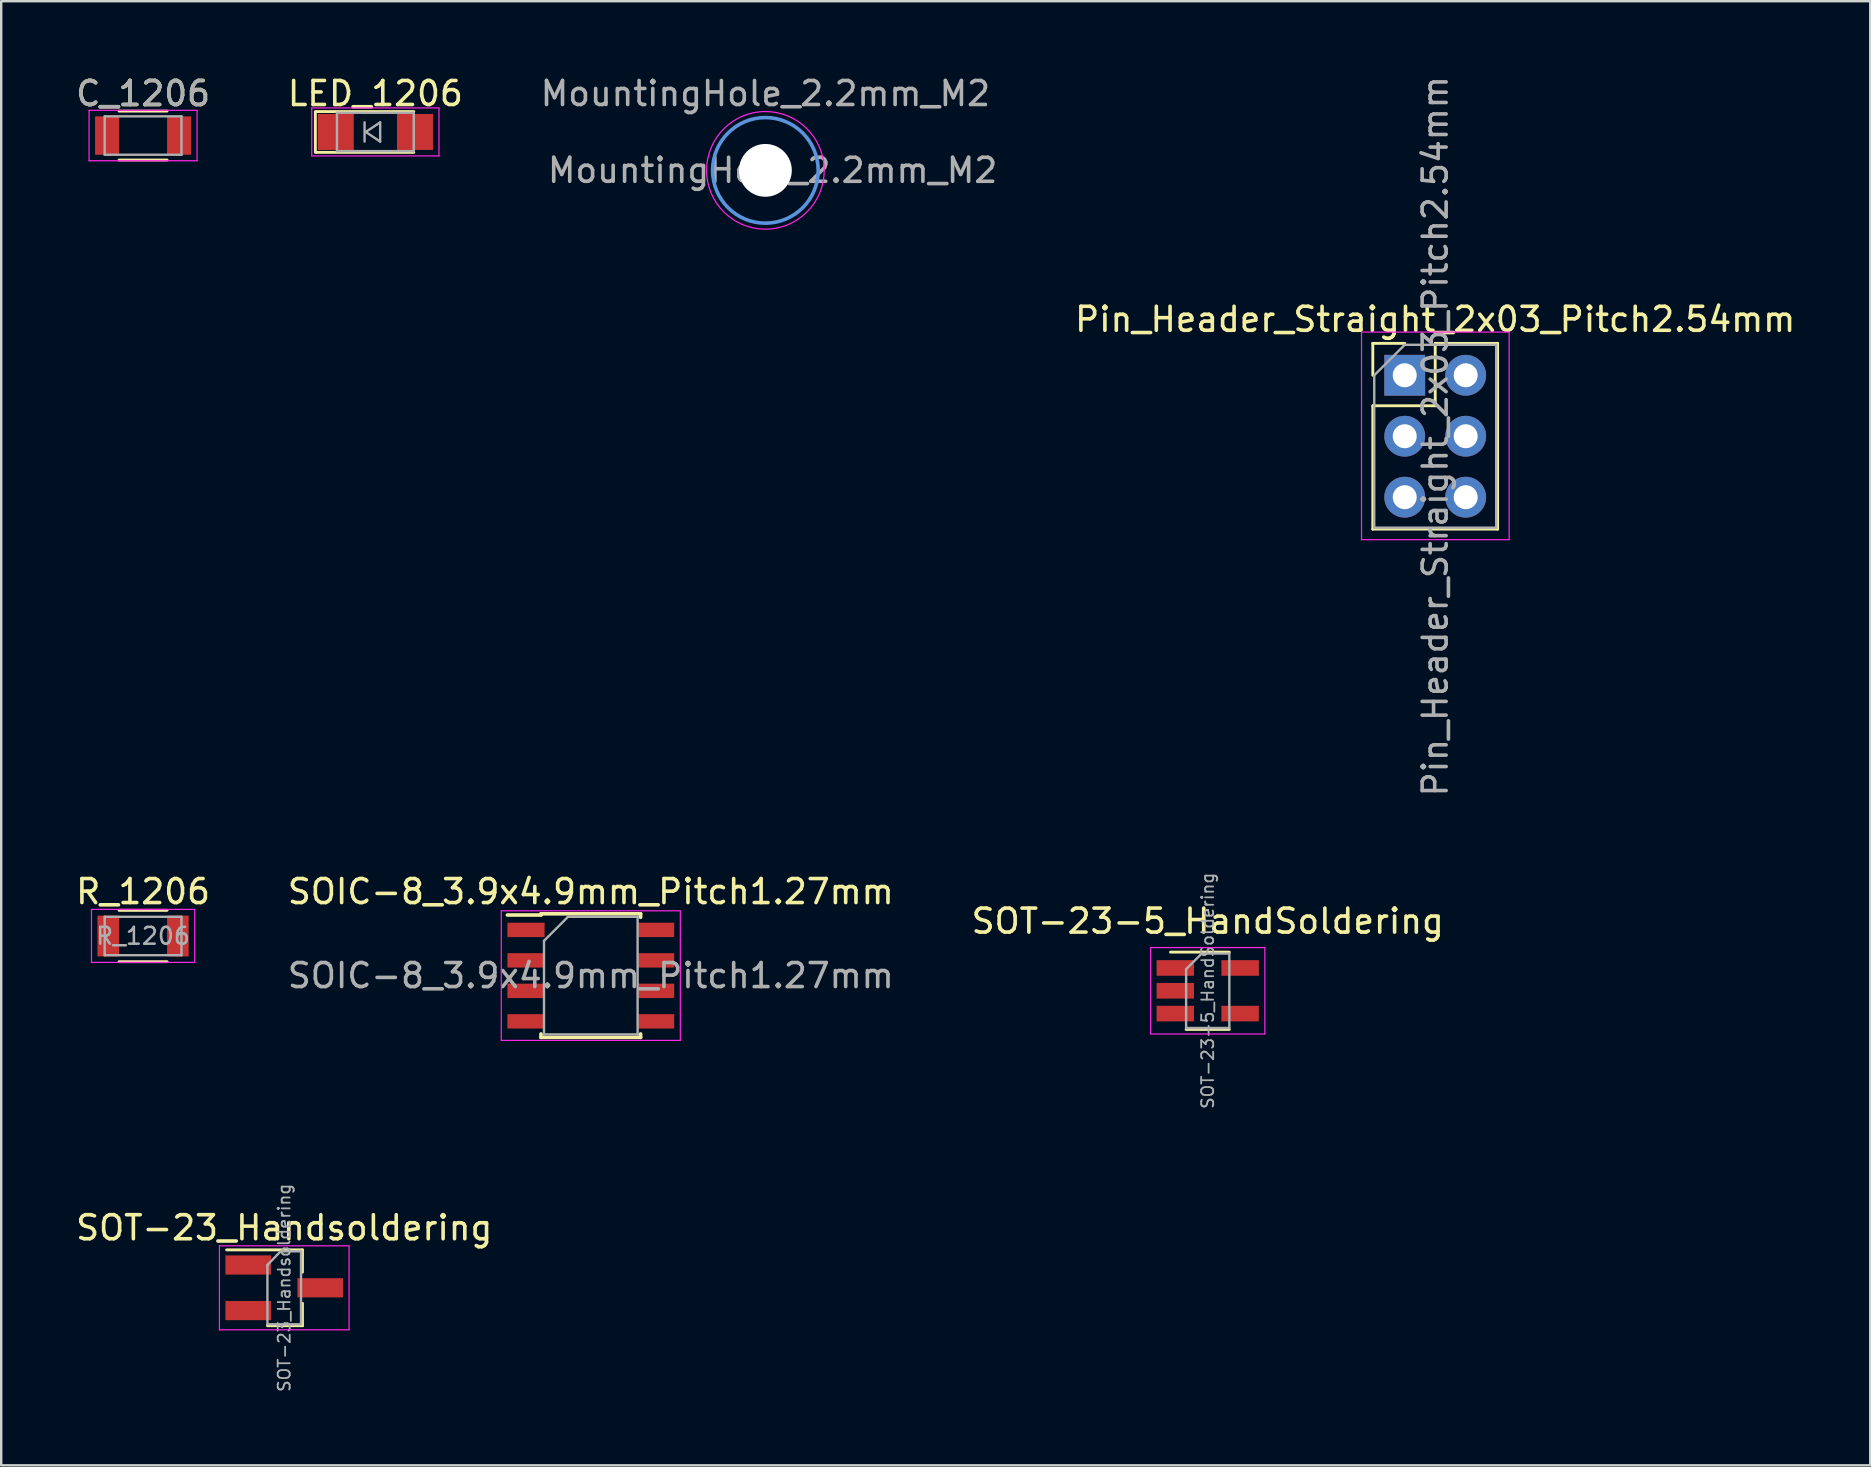
<source format=kicad_pcb>
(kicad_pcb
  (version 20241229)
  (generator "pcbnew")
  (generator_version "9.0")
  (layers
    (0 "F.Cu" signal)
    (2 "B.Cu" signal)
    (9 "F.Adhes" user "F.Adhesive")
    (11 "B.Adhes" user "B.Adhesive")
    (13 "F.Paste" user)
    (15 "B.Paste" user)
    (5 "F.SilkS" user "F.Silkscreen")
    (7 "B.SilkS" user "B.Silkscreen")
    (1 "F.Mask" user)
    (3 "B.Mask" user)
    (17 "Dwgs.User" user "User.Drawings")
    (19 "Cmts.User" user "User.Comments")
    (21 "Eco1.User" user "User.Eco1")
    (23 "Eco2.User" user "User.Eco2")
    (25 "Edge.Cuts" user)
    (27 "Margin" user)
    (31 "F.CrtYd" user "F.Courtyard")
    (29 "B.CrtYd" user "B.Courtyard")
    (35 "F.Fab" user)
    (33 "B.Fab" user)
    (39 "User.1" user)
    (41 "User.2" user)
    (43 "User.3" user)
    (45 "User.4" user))
  (footprint "SOIC-8_3.9x4.9mm_Pitch1.27mm"
    (layer "F.Cu")
    (at 21.565 37.598)
    (property "Reference" "SOIC-8_3.9x4.9mm_Pitch1.27mm" (at 0 -3.5 0) (layer "F.SilkS") (effects (font (size 1 1) (thickness 0.15))))
    (attr smd)
    (fp_line (start -2.075 -2.575) (end -2.075 -2.525) (stroke (width 0.15) (type solid)) (layer "F.SilkS"))
    (fp_line (start -2.075 -2.575) (end 2.075 -2.575) (stroke (width 0.15) (type solid)) (layer "F.SilkS"))
    (fp_line (start -2.075 -2.525) (end -3.475 -2.525) (stroke (width 0.15) (type solid)) (layer "F.SilkS"))
    (fp_line (start -2.075 2.575) (end -2.075 2.43) (stroke (width 0.15) (type solid)) (layer "F.SilkS"))
    (fp_line (start -2.075 2.575) (end 2.075 2.575) (stroke (width 0.15) (type solid)) (layer "F.SilkS"))
    (fp_line (start 2.075 -2.575) (end 2.075 -2.43) (stroke (width 0.15) (type solid)) (layer "F.SilkS"))
    (fp_line (start 2.075 2.575) (end 2.075 2.43) (stroke (width 0.15) (type solid)) (layer "F.SilkS"))
    (fp_line (start -3.73 -2.7) (end -3.73 2.7) (stroke (width 0.05) (type solid)) (layer "F.CrtYd"))
    (fp_line (start -3.73 -2.7) (end 3.73 -2.7) (stroke (width 0.05) (type solid)) (layer "F.CrtYd"))
    (fp_line (start -3.73 2.7) (end 3.73 2.7) (stroke (width 0.05) (type solid)) (layer "F.CrtYd"))
    (fp_line (start 3.73 -2.7) (end 3.73 2.7) (stroke (width 0.05) (type solid)) (layer "F.CrtYd"))
    (fp_line (start -1.95 -1.45) (end -0.95 -2.45) (stroke (width 0.1) (type solid)) (layer "F.Fab"))
    (fp_line (start -1.95 2.45) (end -1.95 -1.45) (stroke (width 0.1) (type solid)) (layer "F.Fab"))
    (fp_line (start -0.95 -2.45) (end 1.95 -2.45) (stroke (width 0.1) (type solid)) (layer "F.Fab"))
    (fp_line (start 1.95 -2.45) (end 1.95 2.45) (stroke (width 0.1) (type solid)) (layer "F.Fab"))
    (fp_line (start 1.95 2.45) (end -1.95 2.45) (stroke (width 0.1) (type solid)) (layer "F.Fab"))
    (fp_text user "${REFERENCE}" (at 0 0 0) (layer "F.Fab") (effects (font (size 1 1) (thickness 0.15))))
    (pad "1" smd rect (at -2.7 -1.905) (size 1.55 0.6) (layers "F.Cu" "F.Mask" "F.Paste"))
    (pad "2" smd rect (at -2.7 -0.635) (size 1.55 0.6) (layers "F.Cu" "F.Mask" "F.Paste"))
    (pad "3" smd rect (at -2.7 0.635) (size 1.55 0.6) (layers "F.Cu" "F.Mask" "F.Paste"))
    (pad "4" smd rect (at -2.7 1.905) (size 1.55 0.6) (layers "F.Cu" "F.Mask" "F.Paste"))
    (pad "5" smd rect (at 2.7 1.905) (size 1.55 0.6) (layers "F.Cu" "F.Mask" "F.Paste"))
    (pad "6" smd rect (at 2.7 0.635) (size 1.55 0.6) (layers "F.Cu" "F.Mask" "F.Paste"))
    (pad "7" smd rect (at 2.7 -0.635) (size 1.55 0.6) (layers "F.Cu" "F.Mask" "F.Paste"))
    (pad "8" smd rect (at 2.7 -1.905) (size 1.55 0.6) (layers "F.Cu" "F.Mask" "F.Paste")))
  (footprint "LED_1206"
    (layer "F.Cu")
    (at 12.589 2.448)
    (property "Reference" "LED_1206" (at 0 -1.6 0) (layer "F.SilkS") (effects (font (size 1 1) (thickness 0.15))))
    (attr smd)
    (fp_line (start -2.5 -0.85) (end -2.5 0.85) (stroke (width 0.12) (type solid)) (layer "F.SilkS"))
    (fp_line (start -2.45 -0.85) (end 1.6 -0.85) (stroke (width 0.12) (type solid)) (layer "F.SilkS"))
    (fp_line (start -2.45 0.85) (end 1.6 0.85) (stroke (width 0.12) (type solid)) (layer "F.SilkS"))
    (fp_line (start -2.65 -1) (end 2.65 -1) (stroke (width 0.05) (type solid)) (layer "F.CrtYd"))
    (fp_line (start -2.65 1) (end -2.65 -1) (stroke (width 0.05) (type solid)) (layer "F.CrtYd"))
    (fp_line (start 2.65 -1) (end 2.65 1) (stroke (width 0.05) (type solid)) (layer "F.CrtYd"))
    (fp_line (start 2.65 1) (end -2.65 1) (stroke (width 0.05) (type solid)) (layer "F.CrtYd"))
    (fp_line (start -1.6 -0.8) (end 1.6 -0.8) (stroke (width 0.1) (type solid)) (layer "F.Fab"))
    (fp_line (start -1.6 0.8) (end -1.6 -0.8) (stroke (width 0.1) (type solid)) (layer "F.Fab"))
    (fp_line (start -0.45 -0.4) (end -0.45 0.4) (stroke (width 0.1) (type solid)) (layer "F.Fab"))
    (fp_line (start -0.4 0) (end 0.2 -0.4) (stroke (width 0.1) (type solid)) (layer "F.Fab"))
    (fp_line (start 0.2 -0.4) (end 0.2 0.4) (stroke (width 0.1) (type solid)) (layer "F.Fab"))
    (fp_line (start 0.2 0.4) (end -0.4 0) (stroke (width 0.1) (type solid)) (layer "F.Fab"))
    (fp_line (start 1.6 -0.8) (end 1.6 0.8) (stroke (width 0.1) (type solid)) (layer "F.Fab"))
    (fp_line (start 1.6 0.8) (end -1.6 0.8) (stroke (width 0.1) (type solid)) (layer "F.Fab"))
    (pad "1" smd rect (at -1.65 0 180) (size 1.5 1.5) (layers "F.Cu" "F.Mask" "F.Paste"))
    (pad "2" smd rect (at 1.65 0 180) (size 1.5 1.5) (layers "F.Cu" "F.Mask" "F.Paste")))
  (footprint "C_1206"
    (layer "F.Cu")
    (at 2.911 2.598)
    (property "Reference" "C_1206" (at 0 -1.75 0) (layer "F.SilkS") (effects (font (size 1 1) (thickness 0.15))))
    (attr smd)
    (fp_line (start -1 1.02) (end 1 1.02) (stroke (width 0.12) (type solid)) (layer "F.SilkS"))
    (fp_line (start 1 -1.02) (end -1 -1.02) (stroke (width 0.12) (type solid)) (layer "F.SilkS"))
    (fp_line (start -2.25 -1.05) (end -2.25 1.05) (stroke (width 0.05) (type solid)) (layer "F.CrtYd"))
    (fp_line (start -2.25 -1.05) (end 2.25 -1.05) (stroke (width 0.05) (type solid)) (layer "F.CrtYd"))
    (fp_line (start 2.25 1.05) (end -2.25 1.05) (stroke (width 0.05) (type solid)) (layer "F.CrtYd"))
    (fp_line (start 2.25 1.05) (end 2.25 -1.05) (stroke (width 0.05) (type solid)) (layer "F.CrtYd"))
    (fp_line (start -1.6 -0.8) (end 1.6 -0.8) (stroke (width 0.1) (type solid)) (layer "F.Fab"))
    (fp_line (start -1.6 0.8) (end -1.6 -0.8) (stroke (width 0.1) (type solid)) (layer "F.Fab"))
    (fp_line (start 1.6 -0.8) (end 1.6 0.8) (stroke (width 0.1) (type solid)) (layer "F.Fab"))
    (fp_line (start 1.6 0.8) (end -1.6 0.8) (stroke (width 0.1) (type solid)) (layer "F.Fab"))
    (fp_text user "${REFERENCE}" (at 0 -1.75 0) (layer "F.Fab") (effects (font (size 1 1) (thickness 0.15))))
    (pad "1" smd rect (at -1.5 0) (size 1 1.6) (layers "F.Cu" "F.Mask" "F.Paste"))
    (pad "2" smd rect (at 1.5 0) (size 1 1.6) (layers "F.Cu" "F.Mask" "F.Paste")))
  (footprint "R_1206"
    (layer "F.Cu")
    (at 2.911 35.948)
    (property "Reference" "R_1206" (at 0 -1.85 0) (layer "F.SilkS") (effects (font (size 1 1) (thickness 0.15))))
    (attr smd)
    (fp_line (start -1 -1.07) (end 1 -1.07) (stroke (width 0.12) (type solid)) (layer "F.SilkS"))
    (fp_line (start 1 1.07) (end -1 1.07) (stroke (width 0.12) (type solid)) (layer "F.SilkS"))
    (fp_line (start -2.15 -1.11) (end -2.15 1.1) (stroke (width 0.05) (type solid)) (layer "F.CrtYd"))
    (fp_line (start -2.15 -1.11) (end 2.15 -1.11) (stroke (width 0.05) (type solid)) (layer "F.CrtYd"))
    (fp_line (start 2.15 1.1) (end -2.15 1.1) (stroke (width 0.05) (type solid)) (layer "F.CrtYd"))
    (fp_line (start 2.15 1.1) (end 2.15 -1.11) (stroke (width 0.05) (type solid)) (layer "F.CrtYd"))
    (fp_line (start -1.6 -0.8) (end 1.6 -0.8) (stroke (width 0.1) (type solid)) (layer "F.Fab"))
    (fp_line (start -1.6 0.8) (end -1.6 -0.8) (stroke (width 0.1) (type solid)) (layer "F.Fab"))
    (fp_line (start 1.6 -0.8) (end 1.6 0.8) (stroke (width 0.1) (type solid)) (layer "F.Fab"))
    (fp_line (start 1.6 0.8) (end -1.6 0.8) (stroke (width 0.1) (type solid)) (layer "F.Fab"))
    (fp_text user "${REFERENCE}" (at 0 0 0) (layer "F.Fab") (effects (font (size 0.7 0.7) (thickness 0.105))))
    (pad "1" smd rect (at -1.45 0) (size 0.9 1.7) (layers "F.Cu" "F.Mask" "F.Paste"))
    (pad "2" smd rect (at 1.45 0) (size 0.9 1.7) (layers "F.Cu" "F.Mask" "F.Paste")))
  (footprint "SOT-23_Handsoldering"
    (layer "F.Cu")
    (at 8.792 50.604)
    (property "Reference" "SOT-23_Handsoldering" (at 0 -2.5 0) (layer "F.SilkS") (effects (font (size 1 1) (thickness 0.15))))
    (attr smd)
    (fp_line (start 0.76 -1.58) (end -2.4 -1.58) (stroke (width 0.12) (type solid)) (layer "F.SilkS"))
    (fp_line (start 0.76 -1.58) (end 0.76 -0.65) (stroke (width 0.12) (type solid)) (layer "F.SilkS"))
    (fp_line (start 0.76 1.58) (end -0.7 1.58) (stroke (width 0.12) (type solid)) (layer "F.SilkS"))
    (fp_line (start 0.76 1.58) (end 0.76 0.65) (stroke (width 0.12) (type solid)) (layer "F.SilkS"))
    (fp_line (start -2.7 -1.75) (end 2.7 -1.75) (stroke (width 0.05) (type solid)) (layer "F.CrtYd"))
    (fp_line (start -2.7 1.75) (end -2.7 -1.75) (stroke (width 0.05) (type solid)) (layer "F.CrtYd"))
    (fp_line (start 2.7 -1.75) (end 2.7 1.75) (stroke (width 0.05) (type solid)) (layer "F.CrtYd"))
    (fp_line (start 2.7 1.75) (end -2.7 1.75) (stroke (width 0.05) (type solid)) (layer "F.CrtYd"))
    (fp_line (start -0.7 -0.95) (end -0.7 1.5) (stroke (width 0.1) (type solid)) (layer "F.Fab"))
    (fp_line (start -0.7 -0.95) (end -0.15 -1.52) (stroke (width 0.1) (type solid)) (layer "F.Fab"))
    (fp_line (start -0.7 1.52) (end 0.7 1.52) (stroke (width 0.1) (type solid)) (layer "F.Fab"))
    (fp_line (start -0.15 -1.52) (end 0.7 -1.52) (stroke (width 0.1) (type solid)) (layer "F.Fab"))
    (fp_line (start 0.7 -1.52) (end 0.7 1.52) (stroke (width 0.1) (type solid)) (layer "F.Fab"))
    (fp_text user "${REFERENCE}" (at 0 0 90) (layer "F.Fab") (effects (font (size 0.5 0.5) (thickness 0.075))))
    (pad "1" smd rect (at -1.5 -0.95) (size 1.9 0.8) (layers "F.Cu" "F.Mask" "F.Paste"))
    (pad "2" smd rect (at -1.5 0.95) (size 1.9 0.8) (layers "F.Cu" "F.Mask" "F.Paste"))
    (pad "3" smd rect (at 1.5 0) (size 1.9 0.8) (layers "F.Cu" "F.Mask" "F.Paste")))
  (footprint "SOT-23-5_HandSoldering"
    (layer "F.Cu")
    (at 47.268 38.229)
    (property "Reference" "SOT-23-5_HandSoldering" (at 0 -2.9 0) (layer "F.SilkS") (effects (font (size 1 1) (thickness 0.15))))
    (attr smd)
    (fp_line (start -0.9 1.61) (end 0.9 1.61) (stroke (width 0.12) (type solid)) (layer "F.SilkS"))
    (fp_line (start 0.9 -1.61) (end -1.55 -1.61) (stroke (width 0.12) (type solid)) (layer "F.SilkS"))
    (fp_line (start -2.38 -1.8) (end -2.38 1.8) (stroke (width 0.05) (type solid)) (layer "F.CrtYd"))
    (fp_line (start -2.38 -1.8) (end 2.38 -1.8) (stroke (width 0.05) (type solid)) (layer "F.CrtYd"))
    (fp_line (start 2.38 1.8) (end -2.38 1.8) (stroke (width 0.05) (type solid)) (layer "F.CrtYd"))
    (fp_line (start 2.38 1.8) (end 2.38 -1.8) (stroke (width 0.05) (type solid)) (layer "F.CrtYd"))
    (fp_line (start -0.9 -0.9) (end -0.9 1.55) (stroke (width 0.1) (type solid)) (layer "F.Fab"))
    (fp_line (start -0.9 -0.9) (end -0.25 -1.55) (stroke (width 0.1) (type solid)) (layer "F.Fab"))
    (fp_line (start 0.9 -1.55) (end -0.25 -1.55) (stroke (width 0.1) (type solid)) (layer "F.Fab"))
    (fp_line (start 0.9 -1.55) (end 0.9 1.55) (stroke (width 0.1) (type solid)) (layer "F.Fab"))
    (fp_line (start 0.9 1.55) (end -0.9 1.55) (stroke (width 0.1) (type solid)) (layer "F.Fab"))
    (fp_text user "${REFERENCE}" (at 0 0 90) (layer "F.Fab") (effects (font (size 0.5 0.5) (thickness 0.075))))
    (pad "1" smd rect (at -1.35 -0.95) (size 1.56 0.65) (layers "F.Cu" "F.Mask" "F.Paste"))
    (pad "2" smd rect (at -1.35 0) (size 1.56 0.65) (layers "F.Cu" "F.Mask" "F.Paste"))
    (pad "3" smd rect (at -1.35 0.95) (size 1.56 0.65) (layers "F.Cu" "F.Mask" "F.Paste"))
    (pad "4" smd rect (at 1.35 0.95) (size 1.56 0.65) (layers "F.Cu" "F.Mask" "F.Paste"))
    (pad "5" smd rect (at 1.35 -0.95) (size 1.56 0.65) (layers "F.Cu" "F.Mask" "F.Paste")))
  (footprint "MountingHole_2.2mm_M2"
    (layer "F.Cu")
    (at 28.839 4.048)
    (property "Reference" "MountingHole_2.2mm_M2" (at 0 -3.2 0) (layer "F.Fab") (effects (font (size 1 1) (thickness 0.15))))
    (attr exclude_from_pos_files exclude_from_bom)
    (fp_circle (center 0 0) (end 2.2 0) (stroke (width 0.15) (type solid)) (fill no) (layer "Cmts.User"))
    (fp_circle (center 0 0) (end 2.45 0) (stroke (width 0.05) (type solid)) (fill no) (layer "F.CrtYd"))
    (fp_text user "${REFERENCE}" (at 0.3 0 0) (layer "F.Fab") (effects (font (size 1 1) (thickness 0.15))))
    (pad "" np_thru_hole circle (at 0 0) (size 2.2 2.2) (drill 2.2) (layers "*.Cu" "*.Mask")))
  (footprint "Pin_Header_Straight_2x03_Pitch2.54mm"
    (layer "F.Cu")
    (at 55.476 12.585)
    (property "Reference" "Pin_Header_Straight_2x03_Pitch2.54mm" (at 1.27 -2.33 0) (layer "F.SilkS") (effects (font (size 1 1) (thickness 0.15))))
    (attr through_hole)
    (fp_line (start -1.33 -1.33) (end 0 -1.33) (stroke (width 0.12) (type solid)) (layer "F.SilkS"))
    (fp_line (start -1.33 0) (end -1.33 -1.33) (stroke (width 0.12) (type solid)) (layer "F.SilkS"))
    (fp_line (start -1.33 1.27) (end -1.33 6.41) (stroke (width 0.12) (type solid)) (layer "F.SilkS"))
    (fp_line (start -1.33 1.27) (end 1.27 1.27) (stroke (width 0.12) (type solid)) (layer "F.SilkS"))
    (fp_line (start -1.33 6.41) (end 3.87 6.41) (stroke (width 0.12) (type solid)) (layer "F.SilkS"))
    (fp_line (start 1.27 -1.33) (end 3.87 -1.33) (stroke (width 0.12) (type solid)) (layer "F.SilkS"))
    (fp_line (start 1.27 1.27) (end 1.27 -1.33) (stroke (width 0.12) (type solid)) (layer "F.SilkS"))
    (fp_line (start 3.87 -1.33) (end 3.87 6.41) (stroke (width 0.12) (type solid)) (layer "F.SilkS"))
    (fp_line (start -1.8 -1.8) (end -1.8 6.85) (stroke (width 0.05) (type solid)) (layer "F.CrtYd"))
    (fp_line (start -1.8 6.85) (end 4.35 6.85) (stroke (width 0.05) (type solid)) (layer "F.CrtYd"))
    (fp_line (start 4.35 -1.8) (end -1.8 -1.8) (stroke (width 0.05) (type solid)) (layer "F.CrtYd"))
    (fp_line (start 4.35 6.85) (end 4.35 -1.8) (stroke (width 0.05) (type solid)) (layer "F.CrtYd"))
    (fp_line (start -1.27 0) (end 0 -1.27) (stroke (width 0.1) (type solid)) (layer "F.Fab"))
    (fp_line (start -1.27 6.35) (end -1.27 0) (stroke (width 0.1) (type solid)) (layer "F.Fab"))
    (fp_line (start 0 -1.27) (end 3.81 -1.27) (stroke (width 0.1) (type solid)) (layer "F.Fab"))
    (fp_line (start 3.81 -1.27) (end 3.81 6.35) (stroke (width 0.1) (type solid)) (layer "F.Fab"))
    (fp_line (start 3.81 6.35) (end -1.27 6.35) (stroke (width 0.1) (type solid)) (layer "F.Fab"))
    (fp_text user "${REFERENCE}" (at 1.27 2.54 90) (layer "F.Fab") (effects (font (size 1 1) (thickness 0.15))))
    (pad "1" thru_hole rect (at 0 0) (size 1.7 1.7) (drill 1) (layers "*.Cu" "*.Mask"))
    (pad "2" thru_hole oval (at 2.54 0) (size 1.7 1.7) (drill 1) (layers "*.Cu" "*.Mask"))
    (pad "3" thru_hole oval (at 0 2.54) (size 1.7 1.7) (drill 1) (layers "*.Cu" "*.Mask"))
    (pad "4" thru_hole oval (at 2.54 2.54) (size 1.7 1.7) (drill 1) (layers "*.Cu" "*.Mask"))
    (pad "5" thru_hole oval (at 0 5.08) (size 1.7 1.7) (drill 1) (layers "*.Cu" "*.Mask"))
    (pad "6" thru_hole oval (at 2.54 5.08) (size 1.7 1.7) (drill 1) (layers "*.Cu" "*.Mask")))
  (gr_rect
    (start -3 -3)
    (end 74.871 58)
    (stroke (width 0.1) (type default))
    (fill no)
    (layer "Edge.Cuts")))
</source>
